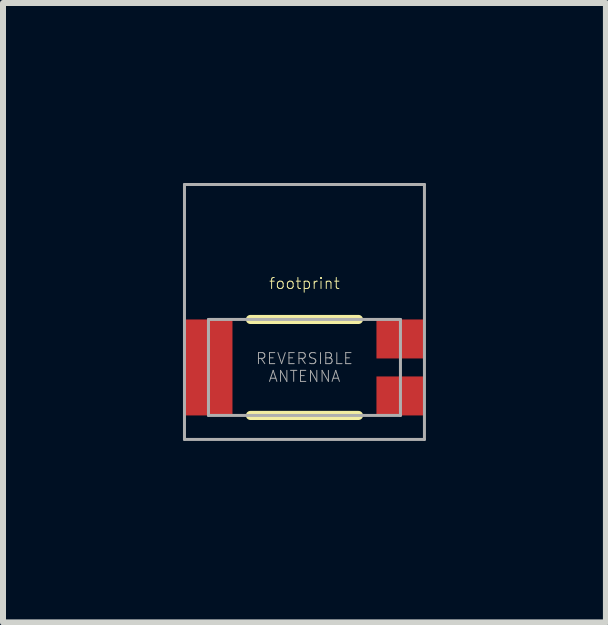
<source format=kicad_pcb>
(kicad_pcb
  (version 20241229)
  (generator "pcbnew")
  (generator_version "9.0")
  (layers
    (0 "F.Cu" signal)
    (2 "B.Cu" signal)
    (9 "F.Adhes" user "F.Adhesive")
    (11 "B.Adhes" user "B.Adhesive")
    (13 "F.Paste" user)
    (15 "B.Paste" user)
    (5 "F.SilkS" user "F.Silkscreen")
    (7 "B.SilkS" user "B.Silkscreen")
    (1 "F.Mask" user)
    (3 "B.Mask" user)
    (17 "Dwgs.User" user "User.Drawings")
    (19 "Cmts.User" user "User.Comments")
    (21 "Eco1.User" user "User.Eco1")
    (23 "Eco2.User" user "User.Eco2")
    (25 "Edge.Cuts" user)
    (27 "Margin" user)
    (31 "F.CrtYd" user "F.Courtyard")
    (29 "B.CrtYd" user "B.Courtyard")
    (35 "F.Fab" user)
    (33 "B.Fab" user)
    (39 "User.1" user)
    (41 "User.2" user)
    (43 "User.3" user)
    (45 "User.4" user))
  (footprint "footprint"
    (layer "F.Cu")
    (at 2.025 3.075)
    (property "Reference" "footprint" (at 0 -1.4 0) (layer "F.SilkS") (effects (font (size 0.184 0.184) (thickness 0.016))))
    (fp_line (start -0.9 -0.8) (end 0.9 -0.8) (stroke (width 0.152) (type solid)) (layer "F.SilkS"))
    (fp_line (start -0.9 0.8) (end 0.9 0.8) (stroke (width 0.152) (type solid)) (layer "F.SilkS"))
    (fp_line (start -2 -3.05) (end 2 -3.05) (stroke (width 0.05) (type solid)) (layer "F.Fab"))
    (fp_line (start -2 1.2) (end -2 -3.05) (stroke (width 0.05) (type solid)) (layer "F.Fab"))
    (fp_line (start -1.6 -0.8) (end 1.6 -0.8) (stroke (width 0.05) (type solid)) (layer "F.Fab"))
    (fp_line (start -1.6 0.8) (end -1.6 -0.8) (stroke (width 0.05) (type solid)) (layer "F.Fab"))
    (fp_line (start 1.6 -0.8) (end 1.6 0.8) (stroke (width 0.05) (type solid)) (layer "F.Fab"))
    (fp_line (start 1.6 0.8) (end -1.6 0.8) (stroke (width 0.05) (type solid)) (layer "F.Fab"))
    (fp_line (start 2 -3.05) (end 2 1.2) (stroke (width 0.05) (type solid)) (layer "F.Fab"))
    (fp_line (start 2 1.2) (end -2 1.2) (stroke (width 0.05) (type solid)) (layer "F.Fab"))
    (fp_text user "REVERSIBLE\nANTENNA" (at 0 0 0) (layer "F.Fab") (effects (font (size 0.184 0.184) (thickness 0.016))))
    (pad "1" smd rect (at 1.6 -0.475) (size 0.8 0.65) (layers "F.Cu" "F.Mask" "F.Paste"))
    (pad "2" smd rect (at 1.6 0.475) (size 0.8 0.65) (layers "F.Cu" "F.Mask" "F.Paste"))
    (pad "3" smd rect (at -1.6 0) (size 0.8 1.6) (layers "F.Cu" "F.Mask" "F.Paste"))
    (zone (net_name "") (layer "F.Cu") (hatch edge 0.508) (connect_pads) (min_thickness 0.254) (filled_areas_thickness no) (keepout (tracks not_allowed) (vias not_allowed) (pads not_allowed) (copperpour not_allowed) (footprints allowed)) (placement (enabled no)) (fill) (polygon (pts (xy 0.025 2.075) (xy 4.025 2.075) (xy 4.025 0.075) (xy 0.025 0.075))))
    (zone (net_name "") (layer "F.Cu") (hatch edge 0.508) (connect_pads) (min_thickness 0.254) (filled_areas_thickness no) (keepout (tracks not_allowed) (vias not_allowed) (pads not_allowed) (copperpour not_allowed) (footprints allowed)) (placement (enabled no)) (fill) (polygon (pts (xy 0.025 4.275) (xy 4.025 4.275) (xy 4.025 4.075) (xy 0.025 4.075))))
    (zone (net_name "") (layer "F.Cu") (hatch edge 0.508) (connect_pads) (min_thickness 0.254) (filled_areas_thickness no) (keepout (tracks not_allowed) (vias not_allowed) (pads not_allowed) (copperpour not_allowed) (footprints allowed)) (placement (enabled no)) (fill) (polygon (pts (xy 1.025 4.075) (xy 3.025 4.075) (xy 3.025 2.075) (xy 1.025 2.075))))
    (zone (net_name "") (layer "B.Cu") (hatch edge 0.508) (connect_pads) (min_thickness 0.254) (filled_areas_thickness no) (keepout (tracks not_allowed) (vias not_allowed) (pads not_allowed) (copperpour not_allowed) (footprints allowed)) (placement (enabled no)) (fill) (polygon (pts (xy 0.025 4.325) (xy 4.025 4.325) (xy 4.025 0.025) (xy 0.025 0.025)))))
  (gr_rect
    (start -3 -3)
    (end 7.05 7.325)
    (stroke (width 0.1) (type default))
    (fill no)
    (layer "Edge.Cuts")))
</source>
